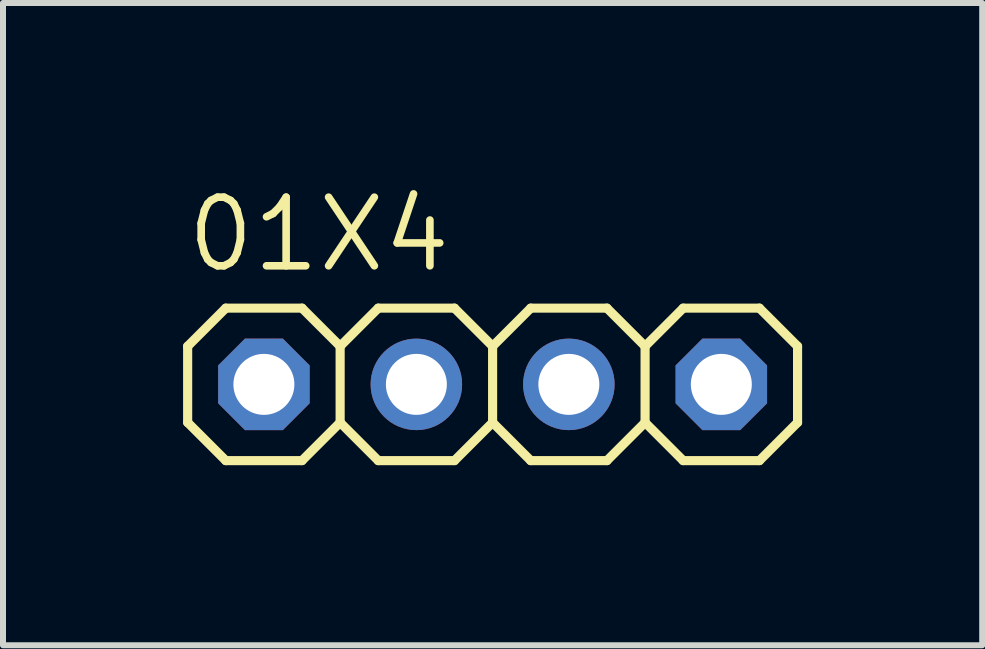
<source format=kicad_pcb>
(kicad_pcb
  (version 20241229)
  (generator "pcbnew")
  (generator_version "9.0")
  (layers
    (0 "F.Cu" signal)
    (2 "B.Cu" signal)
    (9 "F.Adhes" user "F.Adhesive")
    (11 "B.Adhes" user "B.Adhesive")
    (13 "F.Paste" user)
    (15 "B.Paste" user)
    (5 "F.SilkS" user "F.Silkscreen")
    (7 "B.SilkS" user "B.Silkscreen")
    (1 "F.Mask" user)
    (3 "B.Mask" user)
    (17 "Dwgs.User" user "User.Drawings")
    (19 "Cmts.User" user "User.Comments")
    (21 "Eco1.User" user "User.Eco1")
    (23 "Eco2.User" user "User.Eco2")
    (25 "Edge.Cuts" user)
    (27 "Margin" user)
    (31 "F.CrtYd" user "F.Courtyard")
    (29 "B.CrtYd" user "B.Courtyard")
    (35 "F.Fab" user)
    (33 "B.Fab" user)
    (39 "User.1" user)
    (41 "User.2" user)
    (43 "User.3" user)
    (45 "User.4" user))
  (footprint "01X4"
    (layer "F.Cu")
    (at 5.156 3.353)
    (property "Reference" "01X4" (at -5.156 -1.829 0) (layer "F.SilkS") (effects (font (size 1.143 1.143) (thickness 0.127)) (justify left bottom)))
    (fp_line (start -5.08 -0.635) (end -5.08 0.635) (stroke (width 0.152) (type solid)) (layer "F.SilkS"))
    (fp_line (start -5.08 0.635) (end -4.445 1.27) (stroke (width 0.152) (type solid)) (layer "F.SilkS"))
    (fp_line (start -4.445 -1.27) (end -5.08 -0.635) (stroke (width 0.152) (type solid)) (layer "F.SilkS"))
    (fp_line (start -4.445 -1.27) (end -3.175 -1.27) (stroke (width 0.152) (type solid)) (layer "F.SilkS"))
    (fp_line (start -3.175 -1.27) (end -2.54 -0.635) (stroke (width 0.152) (type solid)) (layer "F.SilkS"))
    (fp_line (start -3.175 1.27) (end -4.445 1.27) (stroke (width 0.152) (type solid)) (layer "F.SilkS"))
    (fp_line (start -2.54 -0.635) (end -2.54 0.635) (stroke (width 0.152) (type solid)) (layer "F.SilkS"))
    (fp_line (start -2.54 -0.635) (end -1.905 -1.27) (stroke (width 0.152) (type solid)) (layer "F.SilkS"))
    (fp_line (start -2.54 0.635) (end -3.175 1.27) (stroke (width 0.152) (type solid)) (layer "F.SilkS"))
    (fp_line (start -1.905 -1.27) (end -0.635 -1.27) (stroke (width 0.152) (type solid)) (layer "F.SilkS"))
    (fp_line (start -1.905 1.27) (end -2.54 0.635) (stroke (width 0.152) (type solid)) (layer "F.SilkS"))
    (fp_line (start -0.635 -1.27) (end 0 -0.635) (stroke (width 0.152) (type solid)) (layer "F.SilkS"))
    (fp_line (start -0.635 1.27) (end -1.905 1.27) (stroke (width 0.152) (type solid)) (layer "F.SilkS"))
    (fp_line (start 0 -0.635) (end 0 0.635) (stroke (width 0.152) (type solid)) (layer "F.SilkS"))
    (fp_line (start 0 -0.635) (end 0.635 -1.27) (stroke (width 0.152) (type solid)) (layer "F.SilkS"))
    (fp_line (start 0 0.635) (end -0.635 1.27) (stroke (width 0.152) (type solid)) (layer "F.SilkS"))
    (fp_line (start 0.635 -1.27) (end 1.905 -1.27) (stroke (width 0.152) (type solid)) (layer "F.SilkS"))
    (fp_line (start 0.635 1.27) (end 0 0.635) (stroke (width 0.152) (type solid)) (layer "F.SilkS"))
    (fp_line (start 1.905 -1.27) (end 2.54 -0.635) (stroke (width 0.152) (type solid)) (layer "F.SilkS"))
    (fp_line (start 1.905 1.27) (end 0.635 1.27) (stroke (width 0.152) (type solid)) (layer "F.SilkS"))
    (fp_line (start 2.54 -0.635) (end 2.54 0.635) (stroke (width 0.152) (type solid)) (layer "F.SilkS"))
    (fp_line (start 2.54 0.635) (end 1.905 1.27) (stroke (width 0.152) (type solid)) (layer "F.SilkS"))
    (fp_line (start 2.54 0.635) (end 3.175 1.27) (stroke (width 0.152) (type solid)) (layer "F.SilkS"))
    (fp_line (start 3.175 -1.27) (end 2.54 -0.635) (stroke (width 0.152) (type solid)) (layer "F.SilkS"))
    (fp_line (start 3.175 -1.27) (end 4.445 -1.27) (stroke (width 0.152) (type solid)) (layer "F.SilkS"))
    (fp_line (start 4.445 -1.27) (end 5.08 -0.635) (stroke (width 0.152) (type solid)) (layer "F.SilkS"))
    (fp_line (start 4.445 1.27) (end 3.175 1.27) (stroke (width 0.152) (type solid)) (layer "F.SilkS"))
    (fp_line (start 5.08 -0.635) (end 5.08 0.635) (stroke (width 0.152) (type solid)) (layer "F.SilkS"))
    (fp_line (start 5.08 0.635) (end 4.445 1.27) (stroke (width 0.152) (type solid)) (layer "F.SilkS"))
    (fp_poly (pts (xy -4.064 0.254) (xy -3.556 0.254) (xy -3.556 -0.254) (xy -4.064 -0.254)) (stroke (width 0.1) (type default)) (fill no) (layer "F.Fab"))
    (fp_poly (pts (xy -1.524 0.254) (xy -1.016 0.254) (xy -1.016 -0.254) (xy -1.524 -0.254)) (stroke (width 0.1) (type default)) (fill no) (layer "F.Fab"))
    (fp_poly (pts (xy 1.016 0.254) (xy 1.524 0.254) (xy 1.524 -0.254) (xy 1.016 -0.254)) (stroke (width 0.1) (type default)) (fill no) (layer "F.Fab"))
    (fp_poly (pts (xy 3.556 0.254) (xy 4.064 0.254) (xy 4.064 -0.254) (xy 3.556 -0.254)) (stroke (width 0.1) (type default)) (fill no) (layer "F.Fab"))
    (pad "1" thru_hole roundrect (at -3.81 0 90) (size 1.524 1.524) (drill 1.016) (layers "*.Cu" "*.Mask") (roundrect_rratio 0.25) (chamfer_ratio 0.293) (chamfer top_left top_right bottom_left bottom_right))
    (pad "2" thru_hole circle (at -1.27 0 90) (size 1.524 1.524) (drill 1.016) (layers "*.Cu" "*.Mask"))
    (pad "3" thru_hole circle (at 1.27 0 90) (size 1.524 1.524) (drill 1.016) (layers "*.Cu" "*.Mask"))
    (pad "4" thru_hole roundrect (at 3.81 0 90) (size 1.524 1.524) (drill 1.016) (layers "*.Cu" "*.Mask") (roundrect_rratio 0.25) (chamfer_ratio 0.293) (chamfer top_left top_right bottom_left bottom_right)))
  (gr_rect
    (start -3 -3)
    (end 13.312 7.699)
    (stroke (width 0.1) (type default))
    (fill no)
    (layer "Edge.Cuts")))
</source>
